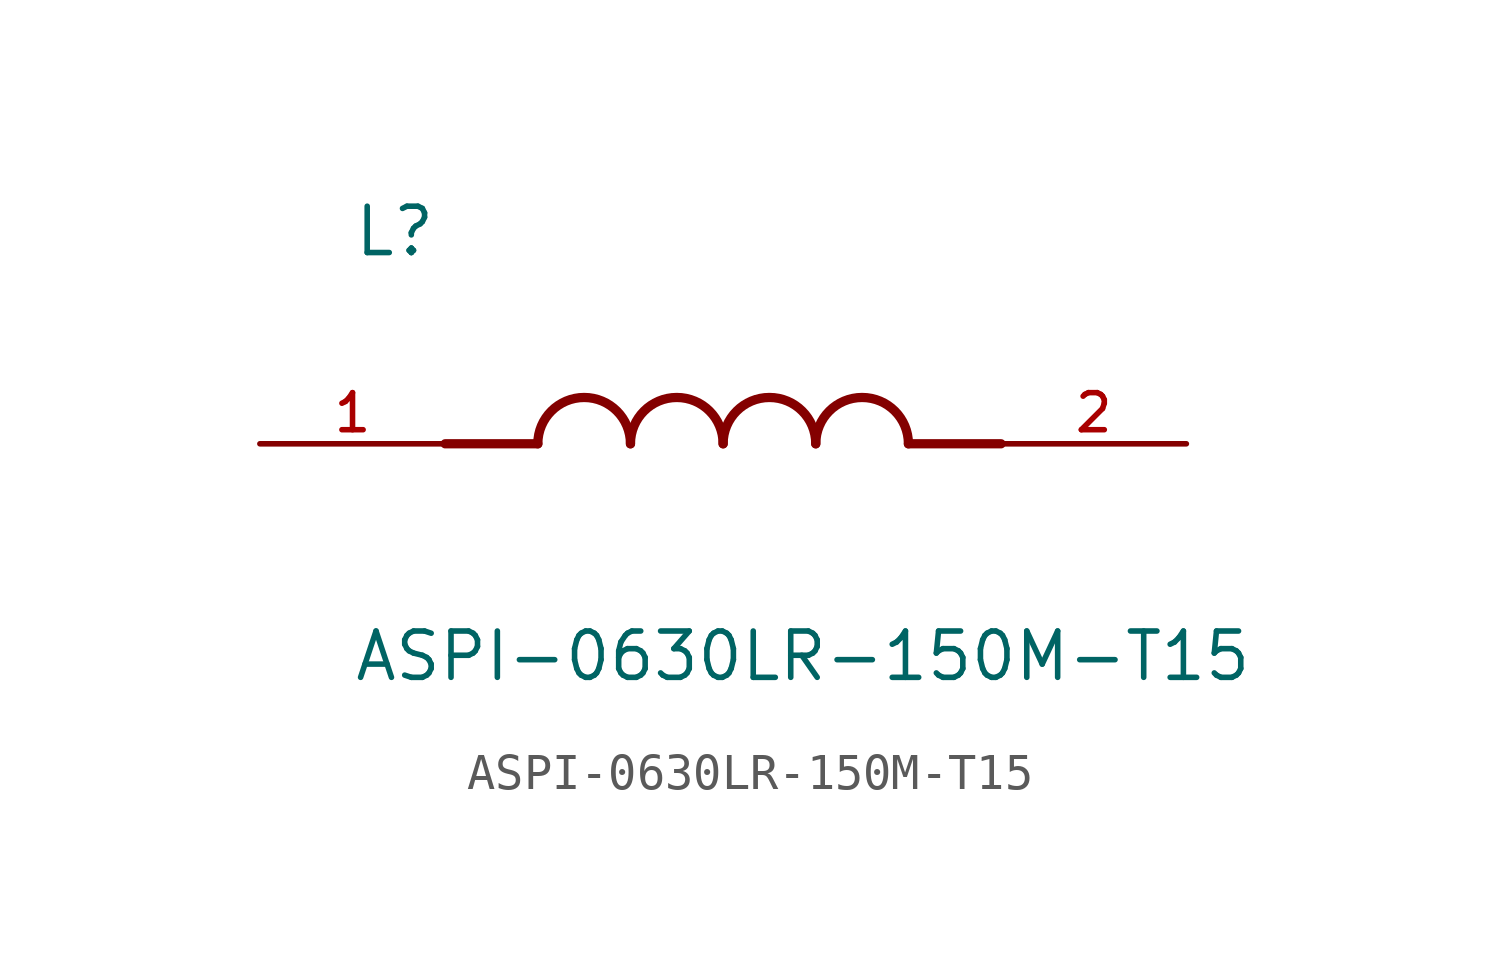
<source format=kicad_sym>
(kicad_symbol_lib
  (version 20211014)
  (generator kicad_symbol_editor)
  (symbol "ASPI-0630LR-150M-T15"
    (pin_names
      (offset 1.016))
    (property "Reference" "L"
      (at -10.16 5.08 0)
      (effects (font (size 1.27 1.27)) (justify bottom left)))
    (property "Value" "ASPI-0630LR-150M-T15"
      (at -10.16 -5.08 0)
      (effects (font (size 1.27 1.27)) (justify top left)))
    (symbol "ASPI-0630LR-150M-T15_0_0"
      (polyline (pts (xy -5.08 0.0) (xy -7.62 0.0)) (stroke (width 0.254)))
      (polyline (pts (xy 5.08 0.0) (xy 7.62 0.0)) (stroke (width 0.254)))
      (arc (start -2.54 0.0) (mid -3.81 1.27) (end -5.08 0.0) (stroke (width 0.254) (type default) (color 0 0 0 0)) (fill (type none)))
      (arc (start 0.0 0.0) (mid -1.27 1.27) (end -2.54 0.0) (stroke (width 0.254) (type default) (color 0 0 0 0)) (fill (type none)))
      (arc (start 2.54 0.0) (mid 1.27 1.27) (end 0.0 0.0) (stroke (width 0.254) (type default) (color 0 0 0 0)) (fill (type none)))
      (arc (start 5.08 0.0) (mid 3.81 1.27) (end 2.54 0.0) (stroke (width 0.254) (type default) (color 0 0 0 0)) (fill (type none)))
      (pin passive line (at -12.7 0.0 0) (length 5.08) (name "~" (effects (font (size 1.016 1.016)))) (number "1" (effects (font (size 1.016 1.016)))))
      (pin passive line (at 12.7 0.0 180.0) (length 5.08) (name "~" (effects (font (size 1.016 1.016)))) (number "2" (effects (font (size 1.016 1.016))))))))
</source>
